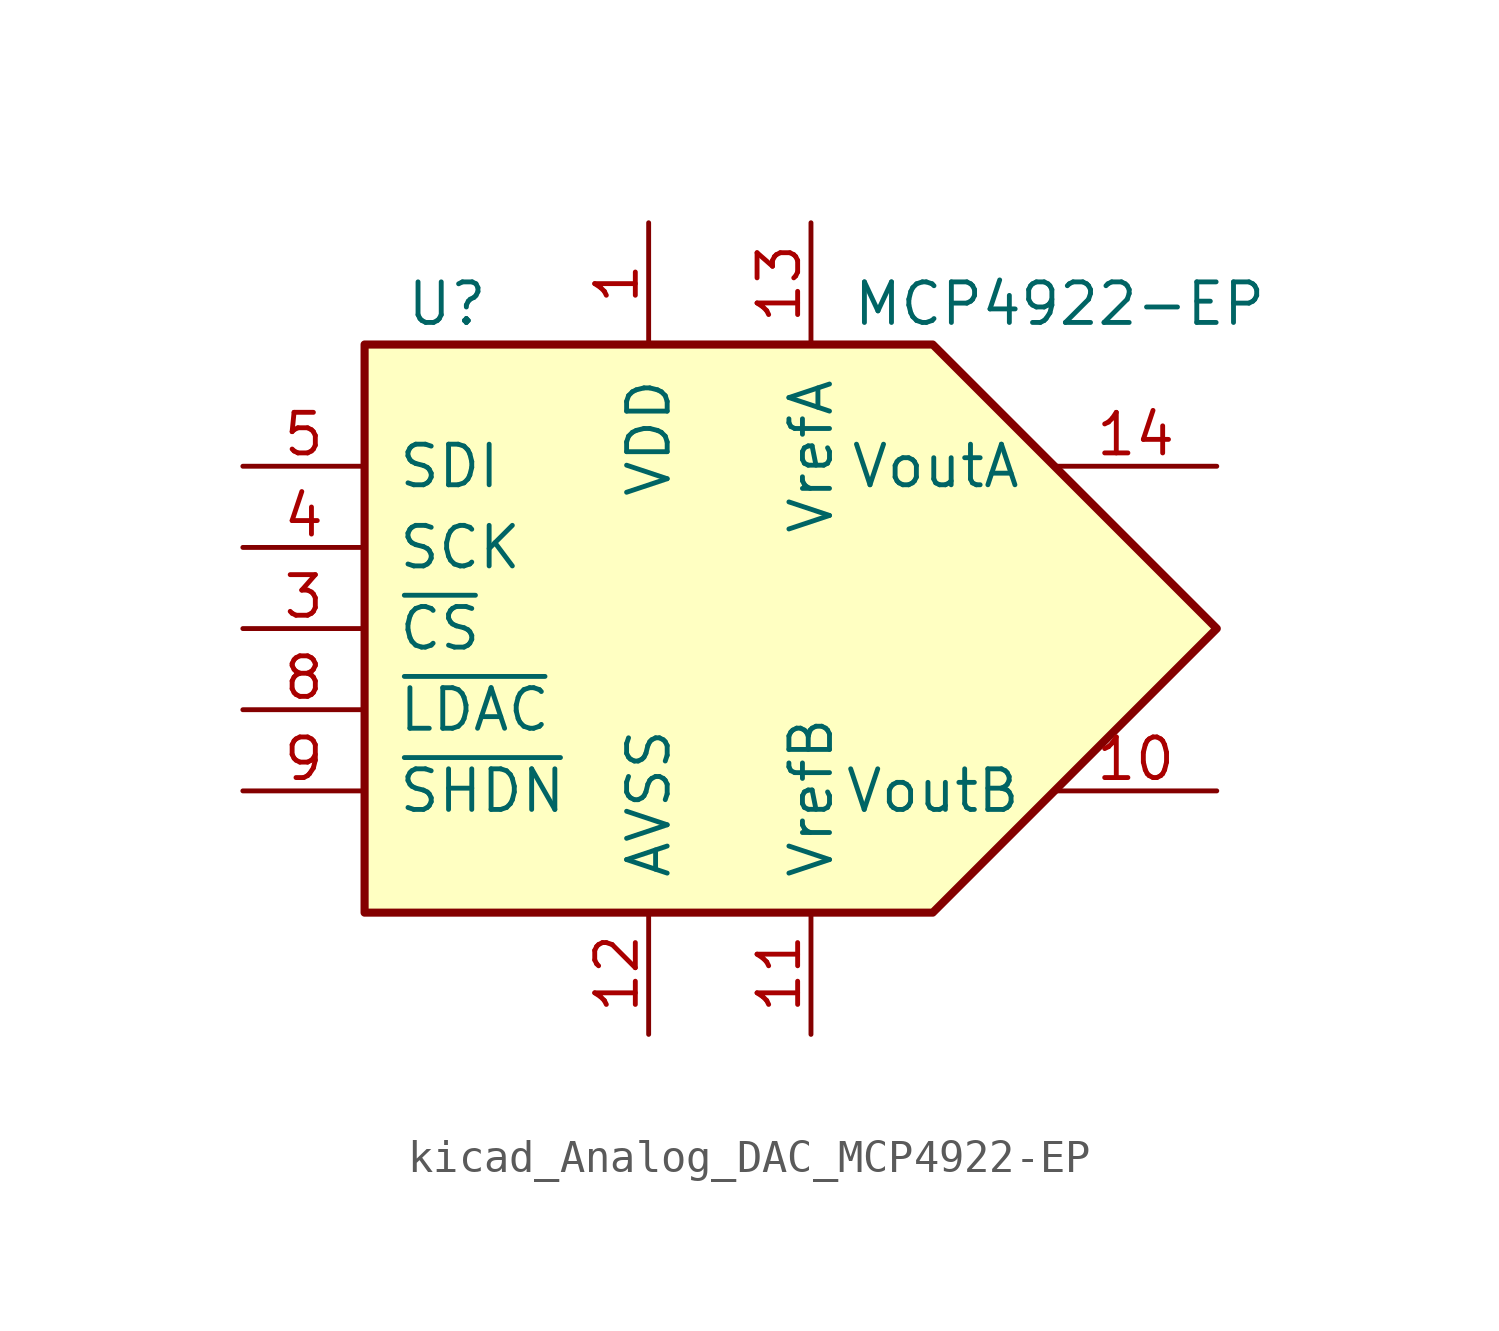
<source format=kicad_sym>
(kicad_symbol_lib
  (version 20220914)
  (generator kicad_symbol_editor)
  (symbol "kicad_Analog_DAC_MCP4922-EP"
    (pin_names
      (offset 1.016))
    (property "Reference" "U"
      (at -10.16 10.16 0)
      (effects (font (size 1.27 1.27)) (justify left)))
    (property "Value" "MCP4922-EP"
      (at 3.81 10.16 0)
      (effects (font (size 1.27 1.27)) (justify left)))
    (symbol "kicad_Analog_DAC_MCP4922-EP_0_1"
      (polyline (pts (xy -11.43 8.89) (xy 6.35 8.89) (xy 15.24 0) (xy 6.35 -8.89) (xy -11.43 -8.89) (xy -11.43 8.89)) (stroke (width 0.254) (type default)) (fill (type background))))
    (symbol "kicad_Analog_DAC_MCP4922-EP_1_1"
      (pin power_in line (at -2.54 12.7 270) (length 3.81) (name "VDD" (effects (font (size 1.27 1.27)))) (number "1" (effects (font (size 1.27 1.27)))))
      (pin passive line (at 15.24 -5.08 180) (length 5.08) (name "VoutB" (effects (font (size 1.27 1.27)))) (number "10" (effects (font (size 1.27 1.27)))))
      (pin passive line (at 2.54 -12.7 90) (length 3.81) (name "VrefB" (effects (font (size 1.27 1.27)))) (number "11" (effects (font (size 1.27 1.27)))))
      (pin power_in line (at -2.54 -12.7 90) (length 3.81) (name "AVSS" (effects (font (size 1.27 1.27)))) (number "12" (effects (font (size 1.27 1.27)))))
      (pin passive line (at 2.54 12.7 270) (length 3.81) (name "VrefA" (effects (font (size 1.27 1.27)))) (number "13" (effects (font (size 1.27 1.27)))))
      (pin passive line (at 15.24 5.08 180) (length 5.08) (name "VoutA" (effects (font (size 1.27 1.27)))) (number "14" (effects (font (size 1.27 1.27)))))
      (pin no_connect line (at -5.08 -8.89 90) (length 2.54) hide (name "NC" (effects (font (size 1.27 1.27)))) (number "2" (effects (font (size 1.27 1.27)))))
      (pin input line (at -15.24 0 0) (length 3.81) (name "~{CS}" (effects (font (size 1.27 1.27)))) (number "3" (effects (font (size 1.27 1.27)))))
      (pin input line (at -15.24 2.54 0) (length 3.81) (name "SCK" (effects (font (size 1.27 1.27)))) (number "4" (effects (font (size 1.27 1.27)))))
      (pin input line (at -15.24 5.08 0) (length 3.81) (name "SDI" (effects (font (size 1.27 1.27)))) (number "5" (effects (font (size 1.27 1.27)))))
      (pin no_connect line (at -7.62 -8.89 90) (length 2.54) hide (name "NC" (effects (font (size 1.27 1.27)))) (number "6" (effects (font (size 1.27 1.27)))))
      (pin no_connect line (at -10.16 -8.89 90) (length 2.54) hide (name "NC" (effects (font (size 1.27 1.27)))) (number "7" (effects (font (size 1.27 1.27)))))
      (pin input line (at -15.24 -2.54 0) (length 3.81) (name "~{LDAC}" (effects (font (size 1.27 1.27)))) (number "8" (effects (font (size 1.27 1.27)))))
      (pin input line (at -15.24 -5.08 0) (length 3.81) (name "~{SHDN}" (effects (font (size 1.27 1.27)))) (number "9" (effects (font (size 1.27 1.27))))))))
</source>
